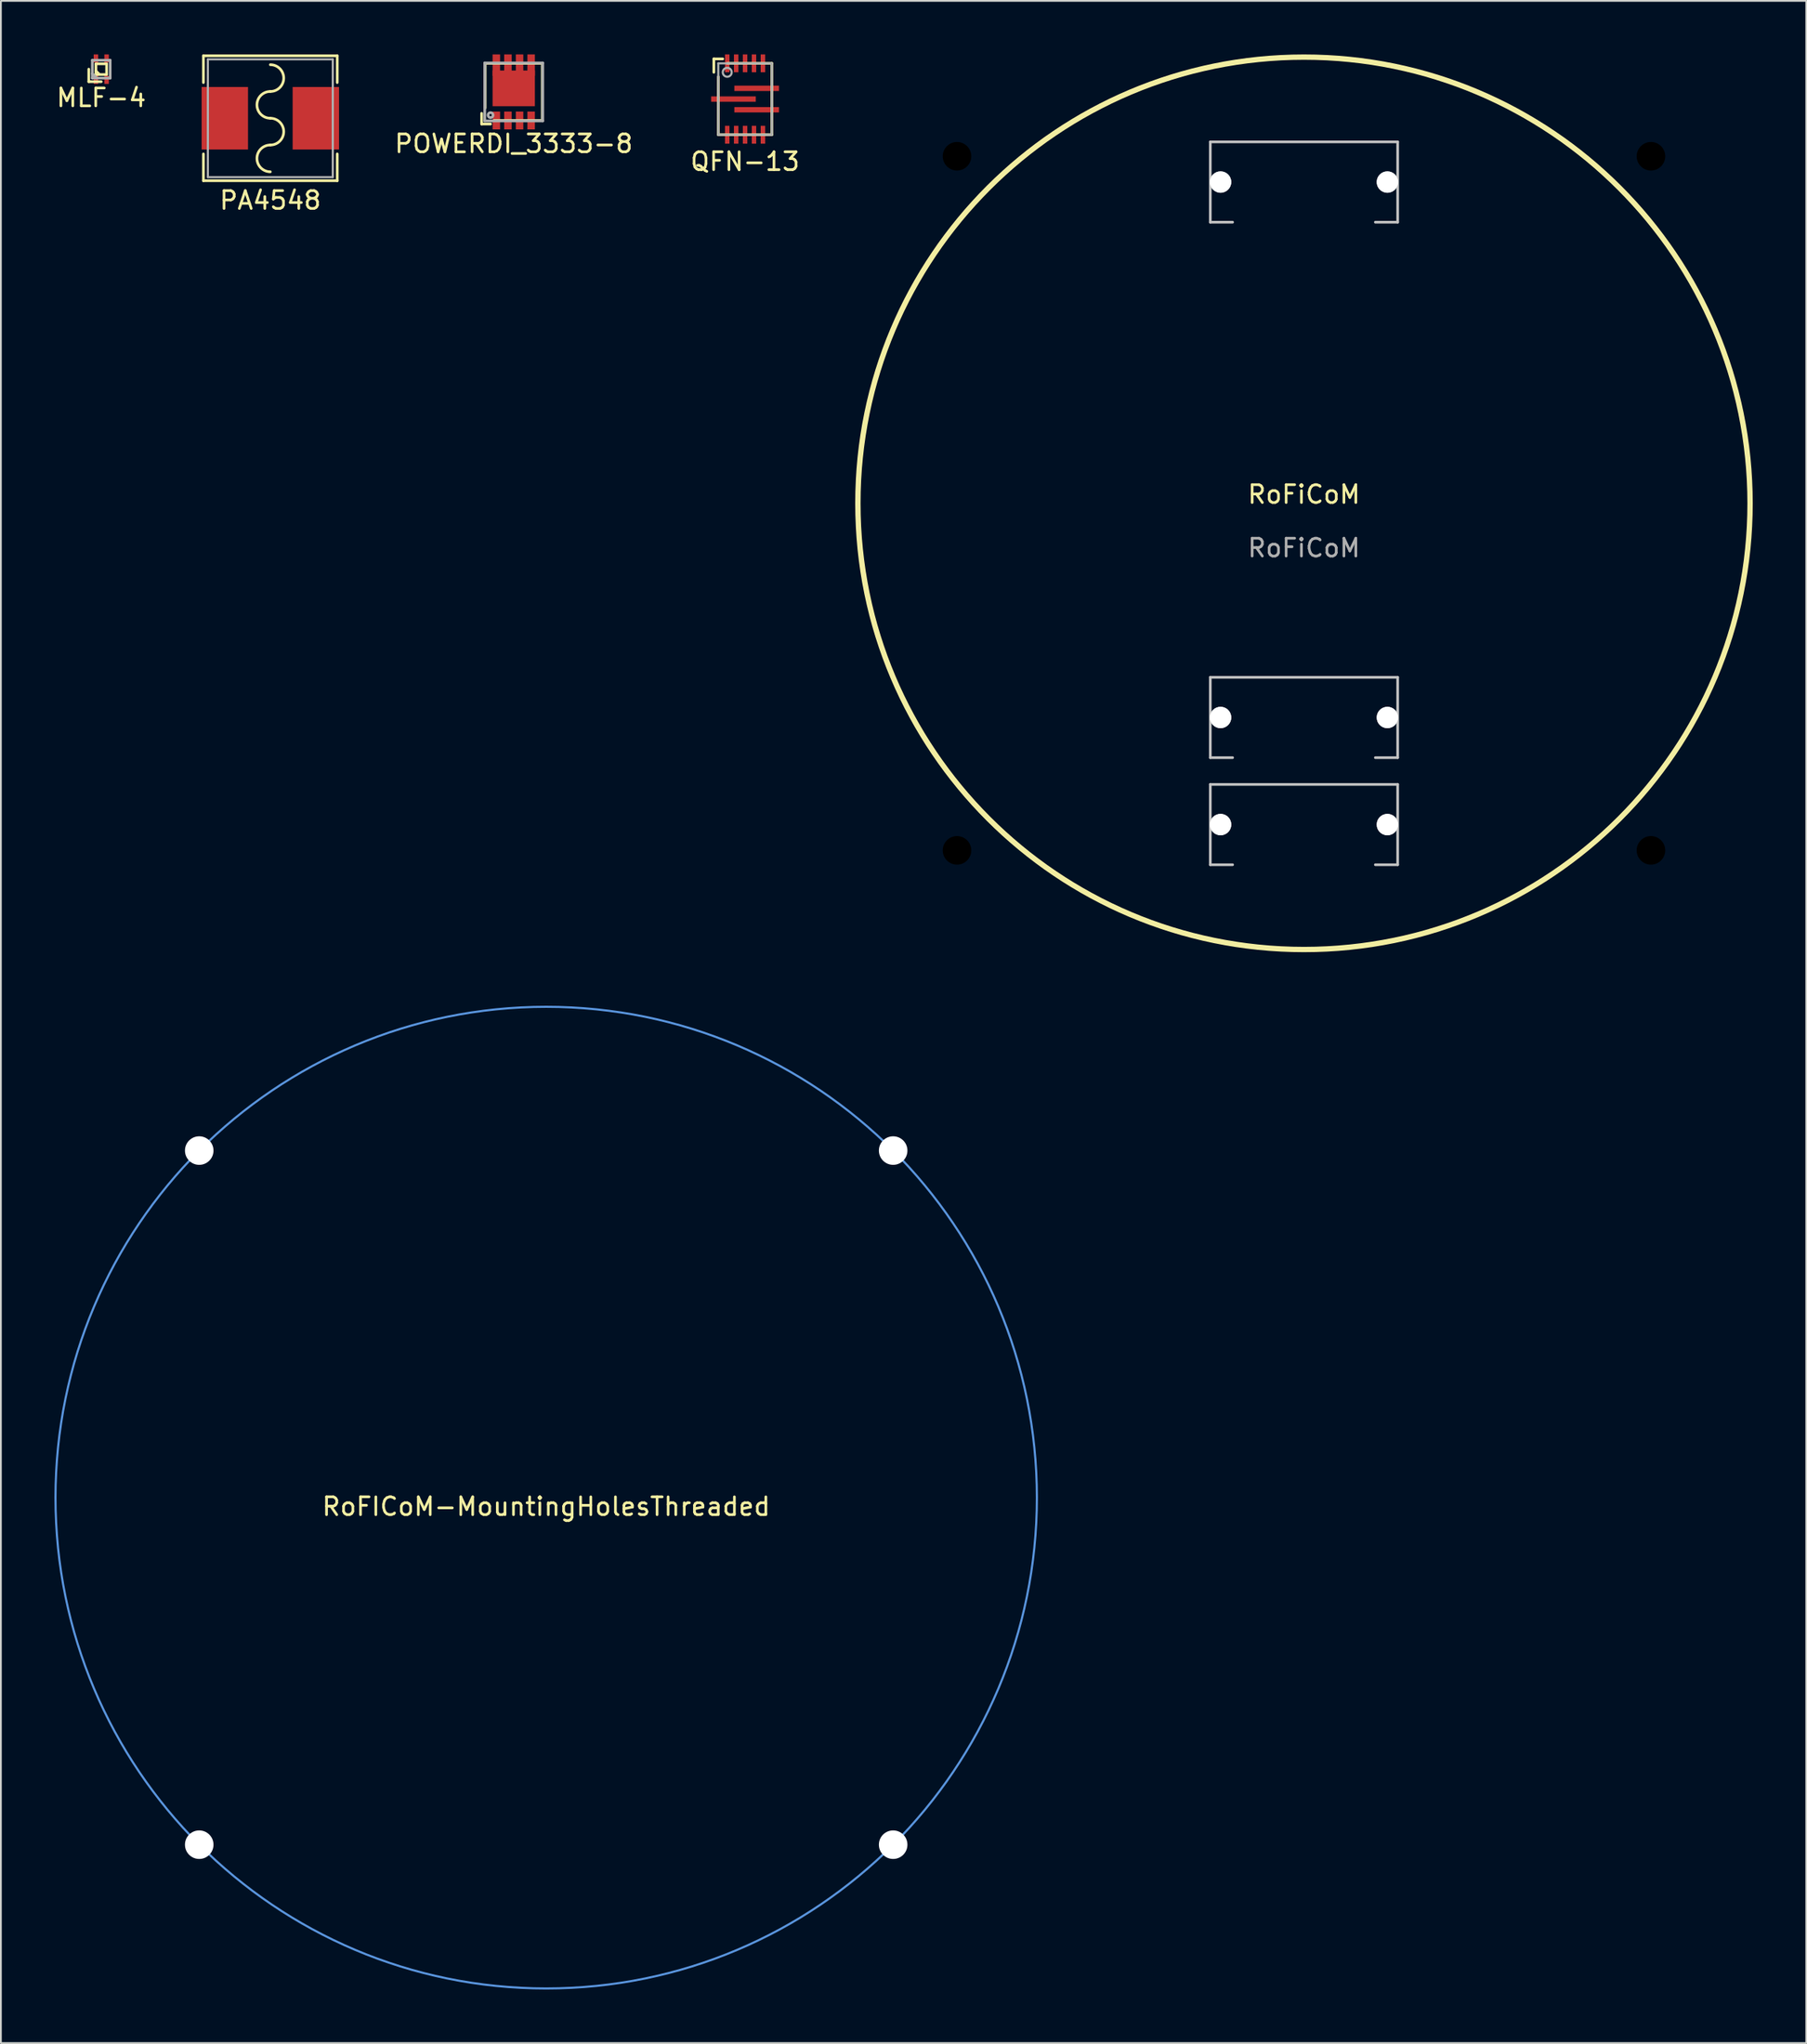
<source format=kicad_pcb>
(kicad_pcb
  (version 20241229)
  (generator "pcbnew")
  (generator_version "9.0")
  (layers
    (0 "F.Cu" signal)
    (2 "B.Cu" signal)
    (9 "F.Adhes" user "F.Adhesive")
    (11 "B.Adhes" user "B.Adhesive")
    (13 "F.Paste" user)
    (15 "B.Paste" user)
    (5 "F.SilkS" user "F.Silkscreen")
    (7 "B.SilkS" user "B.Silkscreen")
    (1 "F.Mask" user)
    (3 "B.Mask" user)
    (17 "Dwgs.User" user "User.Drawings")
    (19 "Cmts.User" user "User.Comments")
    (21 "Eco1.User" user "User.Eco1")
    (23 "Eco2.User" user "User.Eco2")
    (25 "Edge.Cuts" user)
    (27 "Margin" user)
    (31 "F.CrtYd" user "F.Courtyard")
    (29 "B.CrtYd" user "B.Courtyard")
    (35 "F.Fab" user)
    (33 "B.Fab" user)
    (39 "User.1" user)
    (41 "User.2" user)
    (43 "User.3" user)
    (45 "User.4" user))
  (footprint "POWERDI_3333-8"
    (layer "F.Cu")
    (at 25.742 2.1)
    (property "Reference" "POWERDI_3333-8" (at 0 2.9 0) (layer "F.SilkS") (effects (font (size 1 1) (thickness 0.15))))
    (attr through_hole)
    (fp_line (start -1.8 1.2) (end -1.8 1.8) (stroke (width 0.15) (type solid)) (layer "F.SilkS"))
    (fp_line (start -1.8 1.8) (end -1.3 1.8) (stroke (width 0.15) (type solid)) (layer "F.SilkS"))
    (fp_line (start -1.6 -1.6) (end 1.6 -1.6) (stroke (width 0.15) (type solid)) (layer "F.SilkS"))
    (fp_line (start -1.6 0.9) (end -1.6 -1.6) (stroke (width 0.15) (type solid)) (layer "F.SilkS"))
    (fp_line (start 1.6 -1.6) (end 1.6 1.6) (stroke (width 0.15) (type solid)) (layer "F.SilkS"))
    (fp_line (start 1.6 1.6) (end -1.1 1.6) (stroke (width 0.15) (type solid)) (layer "F.SilkS"))
    (fp_line (start -1.625 -1.625) (end -1.625 1.625) (stroke (width 0.15) (type solid)) (layer "F.Fab"))
    (fp_line (start -1.625 -1.625) (end 1.625 -1.625) (stroke (width 0.15) (type solid)) (layer "F.Fab"))
    (fp_line (start 1.625 1.625) (end -1.625 1.625) (stroke (width 0.15) (type solid)) (layer "F.Fab"))
    (fp_line (start 1.625 1.625) (end 1.625 -1.625) (stroke (width 0.15) (type solid)) (layer "F.Fab"))
    (fp_circle (center -1.3 1.3) (end -1.2 1.4) (stroke (width 0.15) (type solid)) (fill no) (layer "F.Fab"))
    (pad "1" smd rect (at -0.975 1.6) (size 0.42 1) (layers "F.Cu" "F.Mask" "F.Paste"))
    (pad "2" smd rect (at -0.325 1.6) (size 0.42 1) (layers "F.Cu" "F.Mask" "F.Paste"))
    (pad "2" smd rect (at 0.325 1.6) (size 0.42 1) (layers "F.Cu" "F.Mask" "F.Paste"))
    (pad "2" smd rect (at 0.975 1.6) (size 0.42 1) (layers "F.Cu" "F.Mask" "F.Paste"))
    (pad "3" smd rect (at -0.975 -1.5) (size 0.42 1.2) (layers "F.Cu" "F.Mask" "F.Paste"))
    (pad "3" smd rect (at -0.325 -1.5) (size 0.42 1.2) (layers "F.Cu" "F.Mask" "F.Paste"))
    (pad "3" smd rect (at 0 -0.2) (size 2.37 2) (layers "F.Cu" "F.Mask" "F.Paste"))
    (pad "3" smd rect (at 0.325 -1.5) (size 0.42 1.2) (layers "F.Cu" "F.Mask" "F.Paste"))
    (pad "3" smd rect (at 0.975 -1.5) (size 0.42 1.2) (layers "F.Cu" "F.Mask" "F.Paste")))
  (footprint "QFN-13"
    (layer "F.Cu")
    (at 38.706 2.5)
    (property "Reference" "QFN-13" (at 0 3.5 0) (layer "F.SilkS") (effects (font (size 1 1) (thickness 0.15))))
    (attr through_hole)
    (fp_line (start -1.75 -2.25) (end -1.25 -2.25) (stroke (width 0.15) (type solid)) (layer "F.SilkS"))
    (fp_line (start -1.75 -1.5) (end -1.75 -2.25) (stroke (width 0.15) (type solid)) (layer "F.SilkS"))
    (fp_line (start -1.5 -1.25) (end -1.5 2) (stroke (width 0.15) (type solid)) (layer "F.SilkS"))
    (fp_line (start -1.5 2) (end 1.5 2) (stroke (width 0.15) (type solid)) (layer "F.SilkS"))
    (fp_line (start 1.5 -2) (end -1 -2) (stroke (width 0.15) (type solid)) (layer "F.SilkS"))
    (fp_line (start 1.5 2) (end 1.5 -2) (stroke (width 0.15) (type solid)) (layer "F.SilkS"))
    (fp_line (start -1.5 -2) (end 1.5 -2) (stroke (width 0.12) (type solid)) (layer "F.Fab"))
    (fp_line (start -1.5 2) (end -1.5 -2) (stroke (width 0.12) (type solid)) (layer "F.Fab"))
    (fp_line (start 1.5 -2) (end 1.5 2) (stroke (width 0.12) (type solid)) (layer "F.Fab"))
    (fp_line (start 1.5 2) (end -1.5 2) (stroke (width 0.12) (type solid)) (layer "F.Fab"))
    (fp_circle (center -1 -1.5) (end -1 -1.75) (stroke (width 0.12) (type solid)) (fill no) (layer "F.Fab"))
    (pad "1" smd rect (at -0.65 0) (size 2.5 0.3) (layers "F.Cu" "F.Mask" "F.Paste"))
    (pad "2" smd rect (at -1 2) (size 0.25 1) (layers "F.Cu" "F.Mask" "F.Paste"))
    (pad "3" smd rect (at -0.5 2) (size 0.25 1) (layers "F.Cu" "F.Mask" "F.Paste"))
    (pad "4" smd rect (at 0 2) (size 0.25 1) (layers "F.Cu" "F.Mask" "F.Paste"))
    (pad "5" smd rect (at 0.5 2) (size 0.25 1) (layers "F.Cu" "F.Mask" "F.Paste"))
    (pad "6" smd rect (at 1 2) (size 0.25 1) (layers "F.Cu" "F.Mask" "F.Paste"))
    (pad "7" smd rect (at 0.65 0.6) (size 2.5 0.3) (layers "F.Cu" "F.Mask" "F.Paste"))
    (pad "8" smd rect (at 0.65 -0.6) (size 2.5 0.3) (layers "F.Cu" "F.Mask" "F.Paste"))
    (pad "9" smd rect (at 1 -2) (size 0.25 1) (layers "F.Cu" "F.Mask" "F.Paste"))
    (pad "10" smd rect (at 0.5 -2) (size 0.25 1) (layers "F.Cu" "F.Mask" "F.Paste"))
    (pad "11" smd rect (at 0 -2) (size 0.25 1) (layers "F.Cu" "F.Mask" "F.Paste"))
    (pad "12" smd rect (at -0.5 -2) (size 0.25 1) (layers "F.Cu" "F.Mask" "F.Paste"))
    (pad "13" smd rect (at -1 -2) (size 0.25 1) (layers "F.Cu" "F.Mask" "F.Paste")))
  (footprint "PA4548"
    (layer "F.Cu")
    (at 12.1 3.575)
    (property "Reference" "PA4548" (at 0 4.6 0) (layer "F.SilkS") (effects (font (size 1 1) (thickness 0.15))))
    (attr smd)
    (fp_line (start -3.75 -3.5) (end 3.75 -3.5) (stroke (width 0.15) (type solid)) (layer "F.SilkS"))
    (fp_line (start -3.75 -2) (end -3.75 -3.5) (stroke (width 0.15) (type solid)) (layer "F.SilkS"))
    (fp_line (start -3.75 2) (end -3.75 3.5) (stroke (width 0.15) (type solid)) (layer "F.SilkS"))
    (fp_line (start -3.75 3.5) (end 3.75 3.5) (stroke (width 0.15) (type solid)) (layer "F.SilkS"))
    (fp_line (start 3.75 -3.5) (end 3.75 -2) (stroke (width 0.15) (type solid)) (layer "F.SilkS"))
    (fp_line (start 3.75 3.5) (end 3.75 2) (stroke (width 0.15) (type solid)) (layer "F.SilkS"))
    (fp_arc (start 0 -3) (mid 0.75 -2.25) (end 0 -1.5) (stroke (width 0.15) (type solid)) (layer "F.SilkS"))
    (fp_arc (start 0 0) (mid -0.75 -0.75) (end 0 -1.5) (stroke (width 0.15) (type solid)) (layer "F.SilkS"))
    (fp_arc (start 0 0) (mid 0.75 0.75) (end 0 1.5) (stroke (width 0.15) (type solid)) (layer "F.SilkS"))
    (fp_arc (start 0 3) (mid -0.75 2.25) (end 0 1.5) (stroke (width 0.15) (type solid)) (layer "F.SilkS"))
    (fp_line (start -3.5 -3.3) (end 3.5 -3.3) (stroke (width 0.12) (type solid)) (layer "F.Fab"))
    (fp_line (start -3.5 3.3) (end -3.5 -3.3) (stroke (width 0.12) (type solid)) (layer "F.Fab"))
    (fp_line (start 3.5 -3.3) (end 3.5 3.3) (stroke (width 0.12) (type solid)) (layer "F.Fab"))
    (fp_line (start 3.5 3.3) (end -3.5 3.3) (stroke (width 0.12) (type solid)) (layer "F.Fab"))
    (pad "1" smd rect (at -2.55 0) (size 2.6 3.5) (layers "F.Cu" "F.Mask" "F.Paste"))
    (pad "2" smd rect (at 2.55 0) (size 2.6 3.5) (layers "F.Cu" "F.Mask" "F.Paste")))
  (footprint "RoFiCoM"
    (layer "F.Cu")
    (at 70.029 25.15)
    (property "Reference" "RoFiCoM" (at 0 -0.5 0) (unlocked yes) (layer "F.SilkS") (effects (font (size 1 1) (thickness 0.15))))
    (fp_circle (center 0 0) (end 25 0) (stroke (width 0.3) (type solid)) (fill no) (layer "F.SilkS"))
    (fp_line (start -5.25 -20.25) (end 5.25 -20.25) (stroke (width 0.15) (type solid)) (layer "Dwgs.User"))
    (fp_line (start -5.25 -15.75) (end -5.25 -20.25) (stroke (width 0.15) (type solid)) (layer "Dwgs.User"))
    (fp_line (start -5.25 9.75) (end 5.25 9.75) (stroke (width 0.15) (type solid)) (layer "Dwgs.User"))
    (fp_line (start -5.25 14.25) (end -5.25 9.75) (stroke (width 0.15) (type solid)) (layer "Dwgs.User"))
    (fp_line (start -5.25 15.75) (end 5.25 15.75) (stroke (width 0.15) (type solid)) (layer "Dwgs.User"))
    (fp_line (start -5.25 20.25) (end -5.25 15.75) (stroke (width 0.15) (type solid)) (layer "Dwgs.User"))
    (fp_line (start -4 -15.75) (end -5.25 -15.75) (stroke (width 0.15) (type solid)) (layer "Dwgs.User"))
    (fp_line (start -4 14.25) (end -5.25 14.25) (stroke (width 0.15) (type solid)) (layer "Dwgs.User"))
    (fp_line (start -4 20.25) (end -5.25 20.25) (stroke (width 0.15) (type solid)) (layer "Dwgs.User"))
    (fp_line (start 5.25 -20.25) (end 5.25 -15.75) (stroke (width 0.15) (type solid)) (layer "Dwgs.User"))
    (fp_line (start 5.25 -15.75) (end 4 -15.75) (stroke (width 0.15) (type solid)) (layer "Dwgs.User"))
    (fp_line (start 5.25 9.75) (end 5.25 14.25) (stroke (width 0.15) (type solid)) (layer "Dwgs.User"))
    (fp_line (start 5.25 14.25) (end 4 14.25) (stroke (width 0.15) (type solid)) (layer "Dwgs.User"))
    (fp_line (start 5.25 15.75) (end 5.25 20.25) (stroke (width 0.15) (type solid)) (layer "Dwgs.User"))
    (fp_line (start 5.25 20.25) (end 4 20.25) (stroke (width 0.15) (type solid)) (layer "Dwgs.User"))
    (fp_text user "${REFERENCE}" (at 0 2.5 0) (unlocked yes) (layer "F.Fab") (effects (font (size 1 1) (thickness 0.15))))
    (pad "" np_thru_hole circle (at -19.445 -19.445) (size 1.6 1.6) (drill 1.6) (layers "*.Mask"))
    (pad "" np_thru_hole circle (at -19.445 19.445) (size 1.6 1.6) (drill 1.6) (layers "*.Mask"))
    (pad "" np_thru_hole circle (at -4.675 -18) (size 1.2 1.2) (drill 1.2) (layers "Dwgs.User"))
    (pad "" np_thru_hole circle (at -4.675 12) (size 1.2 1.2) (drill 1.2) (layers "Dwgs.User"))
    (pad "" np_thru_hole circle (at -4.675 18) (size 1.2 1.2) (drill 1.2) (layers "Dwgs.User"))
    (pad "" np_thru_hole circle (at 4.675 -18) (size 1.2 1.2) (drill 1.2) (layers "Dwgs.User"))
    (pad "" np_thru_hole circle (at 4.675 12) (size 1.2 1.2) (drill 1.2) (layers "Dwgs.User"))
    (pad "" np_thru_hole circle (at 4.675 18) (size 1.2 1.2) (drill 1.2) (layers "Dwgs.User"))
    (pad "" np_thru_hole circle (at 19.445 -19.445) (size 1.6 1.6) (drill 1.6) (layers "*.Mask"))
    (pad "" np_thru_hole circle (at 19.445 19.445) (size 1.6 1.6) (drill 1.6) (layers "*.Mask")))
  (footprint "MLF-4"
    (layer "F.Cu")
    (at 2.625 0.825)
    (property "Reference" "MLF-4" (at 0 1.6 0) (layer "F.SilkS") (effects (font (size 1 1) (thickness 0.15))))
    (attr smd)
    (fp_line (start -0.7 0.7) (end -0.7 0) (stroke (width 0.15) (type solid)) (layer "F.SilkS"))
    (fp_line (start -0.3 -0.3) (end 0.3 -0.3) (stroke (width 0.15) (type solid)) (layer "F.SilkS"))
    (fp_line (start -0.3 0.3) (end -0.3 -0.3) (stroke (width 0.15) (type solid)) (layer "F.SilkS"))
    (fp_line (start -0.1 0.3) (end -0.3 0.1) (stroke (width 0.15) (type solid)) (layer "F.SilkS"))
    (fp_line (start 0 0.7) (end -0.7 0.7) (stroke (width 0.15) (type solid)) (layer "F.SilkS"))
    (fp_line (start 0.3 -0.3) (end 0.3 0.3) (stroke (width 0.15) (type solid)) (layer "F.SilkS"))
    (fp_line (start 0.3 0.3) (end -0.3 0.3) (stroke (width 0.15) (type solid)) (layer "F.SilkS"))
    (fp_line (start -0.5 -0.5) (end 0.5 -0.5) (stroke (width 0.15) (type solid)) (layer "F.Fab"))
    (fp_line (start -0.5 0.25) (end -0.25 0.5) (stroke (width 0.15) (type solid)) (layer "F.Fab"))
    (fp_line (start -0.5 0.5) (end -0.5 -0.5) (stroke (width 0.15) (type solid)) (layer "F.Fab"))
    (fp_line (start 0.5 -0.5) (end 0.5 0.5) (stroke (width 0.15) (type solid)) (layer "F.Fab"))
    (fp_line (start 0.5 0.5) (end -0.5 0.5) (stroke (width 0.15) (type solid)) (layer "F.Fab"))
    (pad "1" smd rect (at -0.3 0.6) (size 0.25 0.45) (layers "F.Cu" "F.Mask" "F.Paste"))
    (pad "2" smd rect (at 0.3 0.6) (size 0.25 0.45) (layers "F.Cu" "F.Mask" "F.Paste"))
    (pad "3" smd rect (at 0.3 -0.6) (size 0.25 0.45) (layers "F.Cu" "F.Mask" "F.Paste"))
    (pad "4" smd rect (at -0.3 -0.6) (size 0.25 0.45) (layers "F.Cu" "F.Mask" "F.Paste")))
  (footprint "RoFICoM-MountingHolesThreaded"
    (layer "F.Cu")
    (at 27.56 80.86)
    (property "Reference" "RoFICoM-MountingHolesThreaded" (at 0 0.5 0) (layer "F.SilkS") (effects (font (size 1 1) (thickness 0.15))))
    (attr exclude_from_pos_files exclude_from_bom)
    (fp_circle (center 0 0) (end 27.5 0) (stroke (width 0.12) (type solid)) (fill no) (layer "Cmts.User"))
    (pad "" np_thru_hole circle (at -19.445 -19.445) (size 1.6 1.6) (drill 1.6) (layers "*.Cu" "*.Mask"))
    (pad "" np_thru_hole circle (at -19.445 19.445) (size 1.6 1.6) (drill 1.6) (layers "*.Cu" "*.Mask"))
    (pad "" np_thru_hole circle (at 19.445 -19.445) (size 1.6 1.6) (drill 1.6) (layers "*.Cu" "*.Mask"))
    (pad "" np_thru_hole circle (at 19.445 19.445) (size 1.6 1.6) (drill 1.6) (layers "*.Cu" "*.Mask")))
  (gr_rect
    (start -3 -3)
    (end 98.179 111.42)
    (stroke (width 0.1) (type default))
    (fill no)
    (layer "Edge.Cuts")))
</source>
